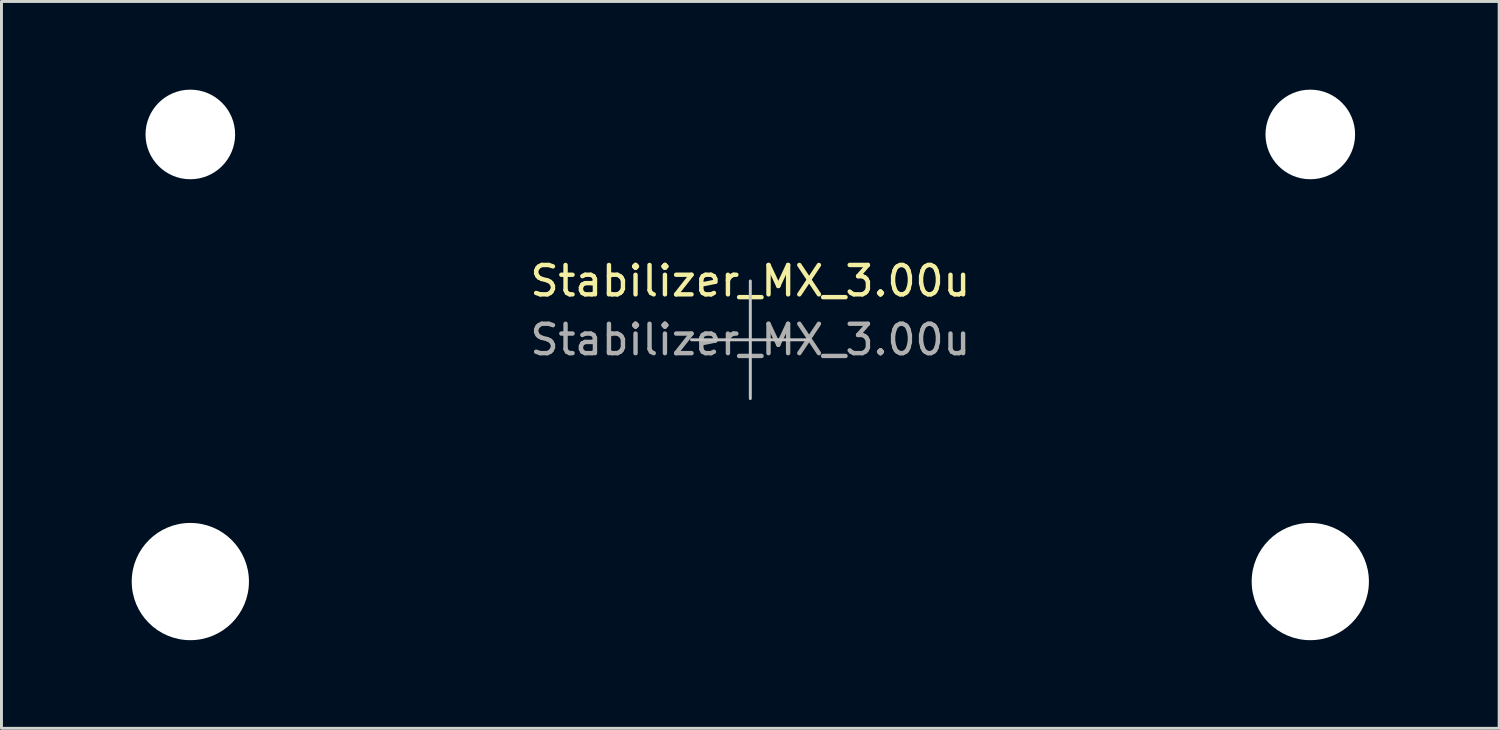
<source format=kicad_pcb>
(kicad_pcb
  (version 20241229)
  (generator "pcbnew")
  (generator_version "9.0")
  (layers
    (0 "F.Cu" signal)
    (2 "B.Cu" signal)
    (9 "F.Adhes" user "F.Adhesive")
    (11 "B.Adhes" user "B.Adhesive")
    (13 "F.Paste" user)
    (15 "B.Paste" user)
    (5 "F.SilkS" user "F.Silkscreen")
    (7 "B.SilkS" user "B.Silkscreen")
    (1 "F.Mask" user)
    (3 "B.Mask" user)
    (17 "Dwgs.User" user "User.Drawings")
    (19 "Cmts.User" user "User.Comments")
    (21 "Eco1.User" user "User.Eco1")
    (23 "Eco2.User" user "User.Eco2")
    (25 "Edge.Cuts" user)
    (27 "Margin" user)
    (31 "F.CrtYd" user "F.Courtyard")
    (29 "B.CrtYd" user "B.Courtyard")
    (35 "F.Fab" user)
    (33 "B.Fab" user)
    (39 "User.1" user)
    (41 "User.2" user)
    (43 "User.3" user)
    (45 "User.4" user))
  (footprint "Stabilizer_MX_3.00u"
    (layer "F.Cu")
    (at 22.475 8.509)
    (property "Reference" "Stabilizer_MX_3.00u" (at 0 -2 0) (layer "F.SilkS") (effects (font (size 1 1) (thickness 0.15))))
    (attr exclude_from_pos_files exclude_from_bom)
    (fp_line (start -2 0) (end 2 0) (stroke (width 0.1) (type solid)) (layer "Dwgs.User"))
    (fp_line (start 0 2) (end 0 -2) (stroke (width 0.1) (type solid)) (layer "Dwgs.User"))
    (fp_line (start -22.425 -5.53) (end -22.425 6.77) (stroke (width 0.1) (type solid)) (layer "Eco1.User"))
    (fp_line (start -22.425 6.77) (end -15.675 6.77) (stroke (width 0.1) (type solid)) (layer "Eco1.User"))
    (fp_line (start -15.675 -5.53) (end -22.425 -5.53) (stroke (width 0.1) (type solid)) (layer "Eco1.User"))
    (fp_line (start -15.675 6.77) (end -15.675 -5.53) (stroke (width 0.1) (type solid)) (layer "Eco1.User"))
    (fp_line (start 15.675 -5.53) (end 15.675 6.77) (stroke (width 0.1) (type solid)) (layer "Eco1.User"))
    (fp_line (start 15.675 6.77) (end 22.425 6.77) (stroke (width 0.1) (type solid)) (layer "Eco1.User"))
    (fp_line (start 22.425 -5.53) (end 15.675 -5.53) (stroke (width 0.1) (type solid)) (layer "Eco1.User"))
    (fp_line (start 22.425 6.77) (end 22.425 -5.53) (stroke (width 0.1) (type solid)) (layer "Eco1.User"))
    (fp_text user "${REFERENCE}" (at 0 0 0) (layer "F.Fab") (effects (font (size 1 1) (thickness 0.15))))
    (pad "" np_thru_hole circle (at -19.05 -6.985) (size 3.048 3.048) (drill 3.048) (layers "*.Cu" "*.Mask"))
    (pad "" np_thru_hole circle (at -19.05 8.225) (size 3.988 3.988) (drill 3.988) (layers "*.Cu" "*.Mask"))
    (pad "" np_thru_hole circle (at 19.05 -6.985) (size 3.048 3.048) (drill 3.048) (layers "*.Cu" "*.Mask"))
    (pad "" np_thru_hole circle (at 19.05 8.225) (size 3.988 3.988) (drill 3.988) (layers "*.Cu" "*.Mask")))
  (gr_rect
    (start -3 -3)
    (end 47.95 21.728)
    (stroke (width 0.1) (type default))
    (fill no)
    (layer "Edge.Cuts")))
</source>
